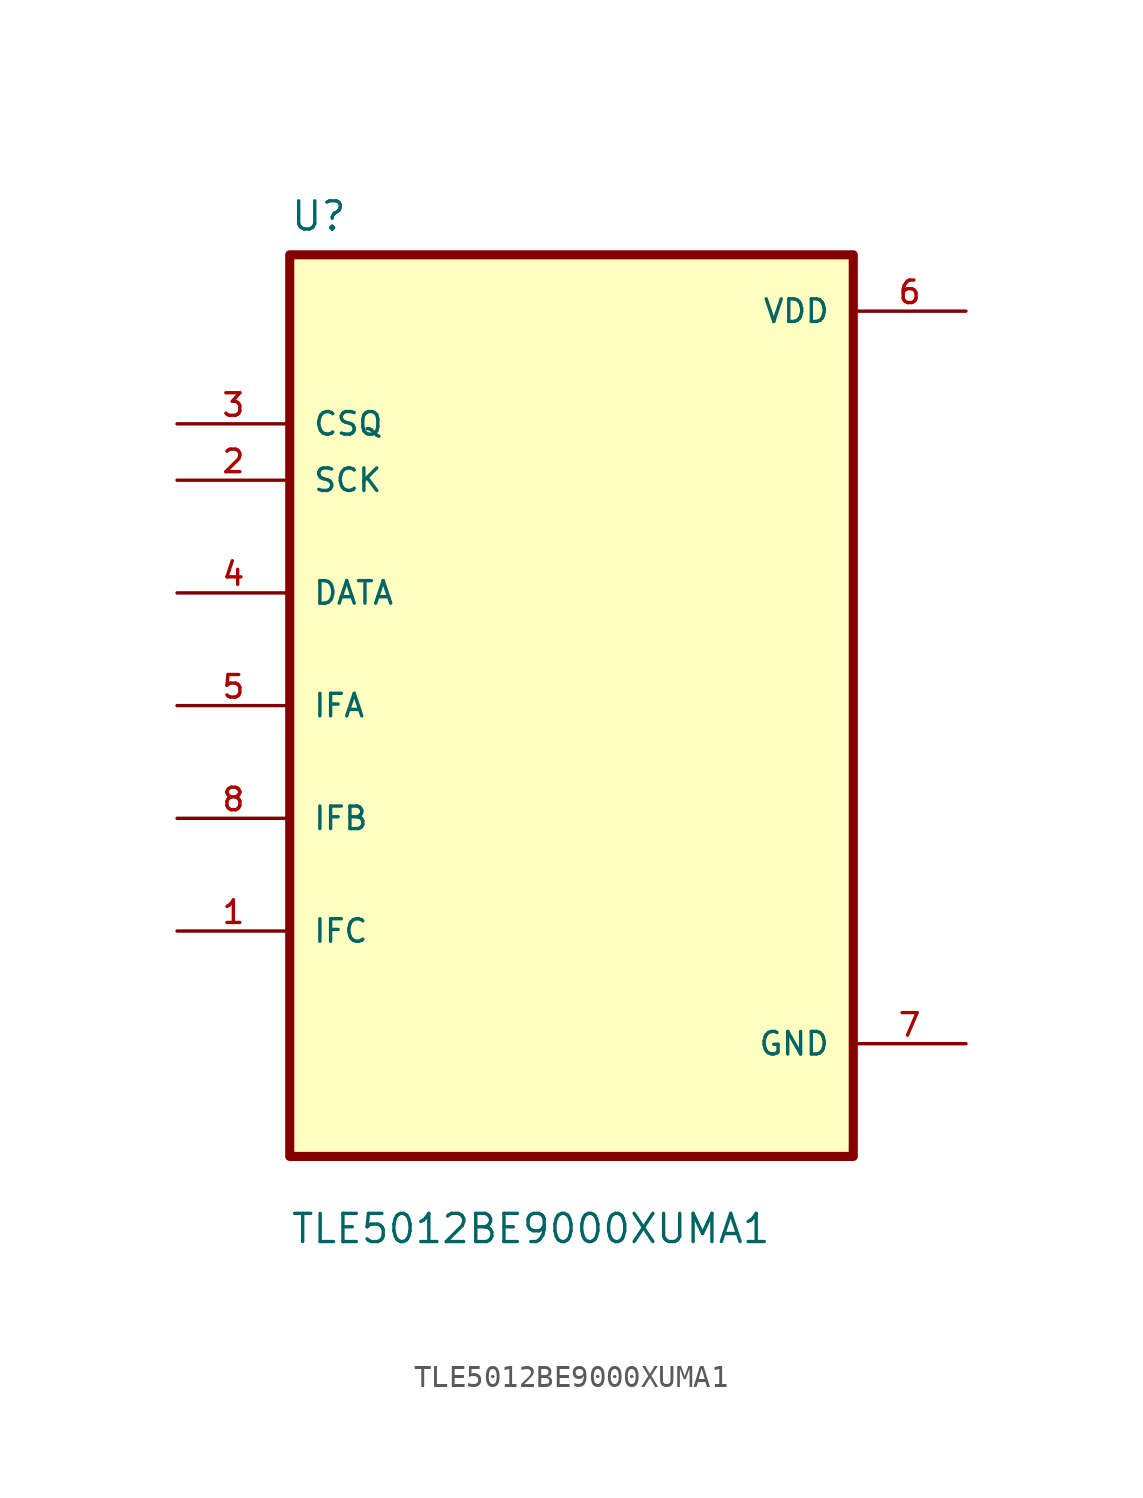
<source format=kicad_sym>
(kicad_symbol_lib
  (version 20220914)
  (generator kicad_symbol_editor)
  (symbol "TLE5012BE9000XUMA1"
    (pin_names
      (offset 1.016))
    (property "Reference" "U"
      (at -12.7 21.32 0)
      (effects (font (size 1.27 1.27)) (justify left bottom)))
    (property "Value" "TLE5012BE9000XUMA1"
      (at -12.7 -24.32 0)
      (effects (font (size 1.27 1.27)) (justify left bottom)))
    (symbol "TLE5012BE9000XUMA1_0_0"
      (rectangle (start -12.7 -20.32) (end 12.7 20.32) (stroke (width 0.41) (type default)) (fill (type background)))
      (pin bidirectional line (at -17.78 -10.16 0) (length 5.08) (name "IFC" (effects (font (size 1.016 1.016)))) (number "1" (effects (font (size 1.016 1.016)))))
      (pin input line (at -17.78 10.16 0) (length 5.08) (name "SCK" (effects (font (size 1.016 1.016)))) (number "2" (effects (font (size 1.016 1.016)))))
      (pin input line (at -17.78 12.7 0) (length 5.08) (name "CSQ" (effects (font (size 1.016 1.016)))) (number "3" (effects (font (size 1.016 1.016)))))
      (pin bidirectional line (at -17.78 5.08 0) (length 5.08) (name "DATA" (effects (font (size 1.016 1.016)))) (number "4" (effects (font (size 1.016 1.016)))))
      (pin bidirectional line (at -17.78 0 0) (length 5.08) (name "IFA" (effects (font (size 1.016 1.016)))) (number "5" (effects (font (size 1.016 1.016)))))
      (pin power_in line (at 17.78 17.78 180) (length 5.08) (name "VDD" (effects (font (size 1.016 1.016)))) (number "6" (effects (font (size 1.016 1.016)))))
      (pin power_in line (at 17.78 -15.24 180) (length 5.08) (name "GND" (effects (font (size 1.016 1.016)))) (number "7" (effects (font (size 1.016 1.016)))))
      (pin bidirectional line (at -17.78 -5.08 0) (length 5.08) (name "IFB" (effects (font (size 1.016 1.016)))) (number "8" (effects (font (size 1.016 1.016))))))))
</source>
